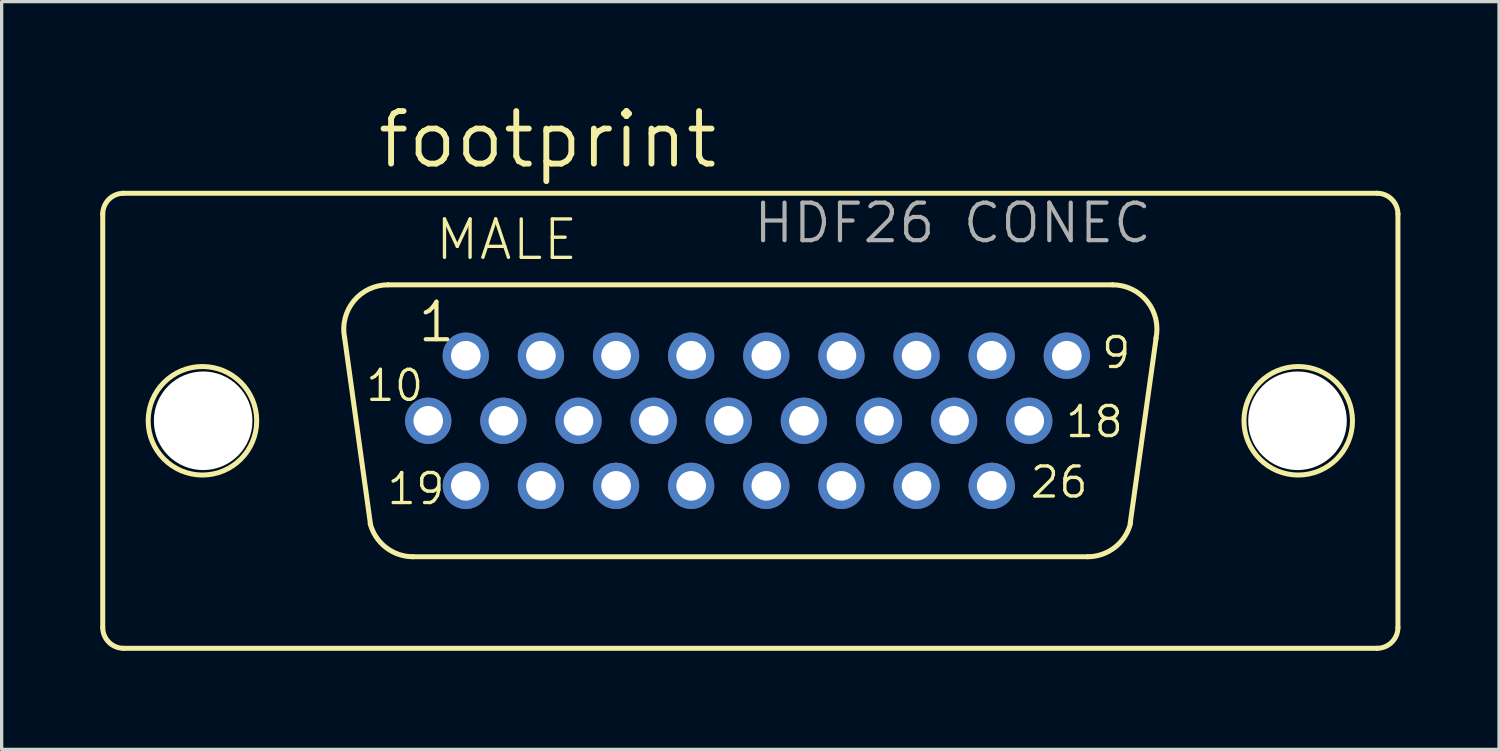
<source format=kicad_pcb>
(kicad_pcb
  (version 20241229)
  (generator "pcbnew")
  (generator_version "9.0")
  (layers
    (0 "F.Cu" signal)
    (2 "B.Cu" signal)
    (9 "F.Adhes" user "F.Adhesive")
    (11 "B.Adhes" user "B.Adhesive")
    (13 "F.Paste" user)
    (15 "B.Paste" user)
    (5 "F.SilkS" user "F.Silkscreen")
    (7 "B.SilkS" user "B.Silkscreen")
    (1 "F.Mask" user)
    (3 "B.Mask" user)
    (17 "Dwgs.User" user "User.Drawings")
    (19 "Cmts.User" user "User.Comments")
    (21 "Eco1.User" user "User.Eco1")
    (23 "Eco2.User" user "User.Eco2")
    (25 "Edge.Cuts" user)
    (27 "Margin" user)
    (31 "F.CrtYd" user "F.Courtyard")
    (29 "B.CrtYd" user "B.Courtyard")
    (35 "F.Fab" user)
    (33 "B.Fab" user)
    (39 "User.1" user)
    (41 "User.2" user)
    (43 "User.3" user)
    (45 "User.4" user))
  (footprint "footprint"
    (layer "F.Cu")
    (at 19.782 9.754)
    (property "Reference" "footprint" (at -11.43 -7.62 0) (layer "F.SilkS") (effects (font (size 1.6 1.6) (thickness 0.178)) (justify left bottom)))
    (fp_line (start -19.706 -6.288) (end -19.706 6.288) (stroke (width 0.152) (type solid)) (layer "F.SilkS"))
    (fp_line (start -19.063 6.923) (end 19.071 6.923) (stroke (width 0.152) (type solid)) (layer "F.SilkS"))
    (fp_line (start -11.559 3.146) (end -12.347 -2.537) (stroke (width 0.152) (type solid)) (layer "F.SilkS"))
    (fp_line (start -11.026 -4.137) (end 11.026 -4.137) (stroke (width 0.152) (type solid)) (layer "F.SilkS"))
    (fp_line (start -10.264 4.137) (end 10.264 4.137) (stroke (width 0.152) (type solid)) (layer "F.SilkS"))
    (fp_line (start 12.347 -2.511) (end 11.559 3.121) (stroke (width 0.152) (type solid)) (layer "F.SilkS"))
    (fp_line (start 19.063 -6.923) (end -19.071 -6.923) (stroke (width 0.152) (type solid)) (layer "F.SilkS"))
    (fp_line (start 19.706 -6.288) (end 19.706 6.288) (stroke (width 0.152) (type solid)) (layer "F.SilkS"))
    (fp_arc (start -19.706 -6.288) (mid -19.520013 -6.737013) (end -19.071 -6.923) (stroke (width 0.1524) (type solid)) (layer "F.SilkS"))
    (fp_arc (start -19.071 6.923) (mid -19.520013 6.737013) (end -19.706 6.288) (stroke (width 0.1524) (type solid)) (layer "F.SilkS"))
    (fp_arc (start -12.3461 -2.5268) (mid -12.067082 -3.644284) (end -11.026 -4.137) (stroke (width 0.1524) (type solid)) (layer "F.SilkS"))
    (fp_arc (start -10.264 4.137) (mid -11.0875 3.855745) (end -11.5669 3.1295) (stroke (width 0.1524) (type solid)) (layer "F.SilkS"))
    (fp_arc (start 11.026 -4.137) (mid 12.074557 -3.635183) (end 12.341499 -2.503798) (stroke (width 0.1524) (type solid)) (layer "F.SilkS"))
    (fp_arc (start 11.5669 3.1295) (mid 11.0875 3.855746) (end 10.264 4.137) (stroke (width 0.1524) (type solid)) (layer "F.SilkS"))
    (fp_arc (start 19.071 -6.923) (mid 19.520013 -6.737013) (end 19.706 -6.288) (stroke (width 0.1524) (type solid)) (layer "F.SilkS"))
    (fp_arc (start 19.706 6.288) (mid 19.520013 6.737013) (end 19.071 6.923) (stroke (width 0.1524) (type solid)) (layer "F.SilkS"))
    (fp_circle (center -16.672 0) (end -15.021 0) (stroke (width 0.152) (type solid)) (fill no) (layer "F.SilkS"))
    (fp_circle (center 16.672 0) (end 18.323 0) (stroke (width 0.152) (type solid)) (fill no) (layer "F.SilkS"))
    (fp_text user "10" (at -11.76 -0.535 0) (layer "F.SilkS") (effects (font (size 0.914 0.914) (thickness 0.102)) (justify left bottom)))
    (fp_text user "MALE" (at -9.652 -4.826 0) (layer "F.SilkS") (effects (font (size 1.168 1.168) (thickness 0.102)) (justify left bottom)))
    (fp_text user "19" (at -11.111 2.605 0) (layer "F.SilkS") (effects (font (size 0.914 0.914) (thickness 0.102)) (justify left bottom)))
    (fp_text user "26" (at 8.458 2.405 0) (layer "F.SilkS") (effects (font (size 0.914 0.914) (thickness 0.102)) (justify left bottom)))
    (fp_text user "1" (at -10.179 -2.335 0) (layer "F.SilkS") (effects (font (size 1.143 1.143) (thickness 0.127)) (justify left bottom)))
    (fp_text user "9" (at 10.63 -1.535 0) (layer "F.SilkS") (effects (font (size 0.914 0.914) (thickness 0.102)) (justify left bottom)))
    (fp_text user "18" (at 9.533 0.565 0) (layer "F.SilkS") (effects (font (size 0.914 0.914) (thickness 0.102)) (justify left bottom)))
    (fp_text user "HDF26 CONEC" (at 0.032 -5.349 0) (layer "F.Fab") (effects (font (size 1.143 1.143) (thickness 0.127)) (justify left bottom)))
    (pad "" np_thru_hole circle (at -16.65 0) (size 3 3) (drill 3) (layers "*.Cu" "*.Mask"))
    (pad "" np_thru_hole circle (at 16.65 0) (size 3 3) (drill 3) (layers "*.Cu" "*.Mask"))
    (pad "1" thru_hole circle (at -8.658 -1.98) (size 1.408 1.408) (drill 0.9) (layers "*.Cu" "*.Mask"))
    (pad "2" thru_hole circle (at -6.372 -1.98) (size 1.408 1.408) (drill 0.9) (layers "*.Cu" "*.Mask"))
    (pad "3" thru_hole circle (at -4.086 -1.98) (size 1.408 1.408) (drill 0.9) (layers "*.Cu" "*.Mask"))
    (pad "4" thru_hole circle (at -1.8 -1.98) (size 1.408 1.408) (drill 0.9) (layers "*.Cu" "*.Mask"))
    (pad "5" thru_hole circle (at 0.486 -1.98) (size 1.408 1.408) (drill 0.9) (layers "*.Cu" "*.Mask"))
    (pad "6" thru_hole circle (at 2.772 -1.98) (size 1.408 1.408) (drill 0.9) (layers "*.Cu" "*.Mask"))
    (pad "7" thru_hole circle (at 5.058 -1.98) (size 1.408 1.408) (drill 0.9) (layers "*.Cu" "*.Mask"))
    (pad "8" thru_hole circle (at 7.344 -1.98) (size 1.408 1.408) (drill 0.9) (layers "*.Cu" "*.Mask"))
    (pad "9" thru_hole circle (at 9.63 -1.98) (size 1.408 1.408) (drill 0.9) (layers "*.Cu" "*.Mask"))
    (pad "10" thru_hole circle (at -9.801 0) (size 1.408 1.408) (drill 0.9) (layers "*.Cu" "*.Mask"))
    (pad "11" thru_hole circle (at -7.515 0) (size 1.408 1.408) (drill 0.9) (layers "*.Cu" "*.Mask"))
    (pad "12" thru_hole circle (at -5.229 0) (size 1.408 1.408) (drill 0.9) (layers "*.Cu" "*.Mask"))
    (pad "13" thru_hole circle (at -2.943 0) (size 1.408 1.408) (drill 0.9) (layers "*.Cu" "*.Mask"))
    (pad "14" thru_hole circle (at -0.657 0) (size 1.408 1.408) (drill 0.9) (layers "*.Cu" "*.Mask"))
    (pad "15" thru_hole circle (at 1.629 0) (size 1.408 1.408) (drill 0.9) (layers "*.Cu" "*.Mask"))
    (pad "16" thru_hole circle (at 3.915 0) (size 1.408 1.408) (drill 0.9) (layers "*.Cu" "*.Mask"))
    (pad "17" thru_hole circle (at 6.201 0) (size 1.408 1.408) (drill 0.9) (layers "*.Cu" "*.Mask"))
    (pad "18" thru_hole circle (at 8.487 0) (size 1.408 1.408) (drill 0.9) (layers "*.Cu" "*.Mask"))
    (pad "19" thru_hole circle (at -8.658 1.98) (size 1.408 1.408) (drill 0.9) (layers "*.Cu" "*.Mask"))
    (pad "20" thru_hole circle (at -6.372 1.98) (size 1.408 1.408) (drill 0.9) (layers "*.Cu" "*.Mask"))
    (pad "21" thru_hole circle (at -4.086 1.98) (size 1.408 1.408) (drill 0.9) (layers "*.Cu" "*.Mask"))
    (pad "22" thru_hole circle (at -1.8 1.98) (size 1.408 1.408) (drill 0.9) (layers "*.Cu" "*.Mask"))
    (pad "23" thru_hole circle (at 0.486 1.98) (size 1.408 1.408) (drill 0.9) (layers "*.Cu" "*.Mask"))
    (pad "24" thru_hole circle (at 2.772 1.98) (size 1.408 1.408) (drill 0.9) (layers "*.Cu" "*.Mask"))
    (pad "25" thru_hole circle (at 5.058 1.98) (size 1.408 1.408) (drill 0.9) (layers "*.Cu" "*.Mask"))
    (pad "26" thru_hole circle (at 7.344 1.98) (size 1.408 1.408) (drill 0.9) (layers "*.Cu" "*.Mask"))
    (zone (net_name "") (layers "F.Cu" "B.Cu") (hatch edge 0.508) (connect_pads) (min_thickness 0.254) (filled_areas_thickness no) (keepout (tracks allowed) (vias not_allowed) (pads allowed) (copperpour allowed) (footprints allowed)) (placement (enabled no)) (fill) (polygon (pts (xy 5.777 9.754) (xy 5.736 9.29) (xy 5.616 8.841) (xy 5.42 8.42) (xy 5.153 8.039) (xy 4.824 7.711) (xy 4.444 7.444) (xy 4.022 7.247) (xy 3.573 7.127) (xy 3.11 7.087) (xy 2.647 7.127) (xy 2.198 7.247) (xy 1.776 7.444) (xy 1.396 7.711) (xy 1.067 8.039) (xy 0.8 8.42) (xy 0.604 8.841) (xy 0.484 9.29) (xy 0.443 9.754) (xy 0.484 10.217) (xy 0.604 10.666) (xy 0.8 11.087) (xy 1.067 11.468) (xy 1.396 11.797) (xy 1.776 12.063) (xy 2.198 12.26) (xy 2.647 12.38) (xy 3.11 12.421) (xy 3.573 12.38) (xy 4.022 12.26) (xy 4.444 12.063) (xy 4.824 11.797) (xy 5.153 11.468) (xy 5.42 11.087) (xy 5.616 10.666) (xy 5.736 10.217))))
    (zone (net_name "") (layers "F.Cu" "B.Cu") (hatch edge 0.508) (connect_pads) (min_thickness 0.254) (filled_areas_thickness no) (keepout (tracks allowed) (vias not_allowed) (pads allowed) (copperpour allowed) (footprints allowed)) (placement (enabled no)) (fill) (polygon (pts (xy 39.121 9.754) (xy 39.081 9.29) (xy 38.961 8.841) (xy 38.764 8.42) (xy 38.497 8.039) (xy 38.169 7.711) (xy 37.788 7.444) (xy 37.367 7.247) (xy 36.918 7.127) (xy 36.454 7.087) (xy 35.991 7.127) (xy 35.542 7.247) (xy 35.121 7.444) (xy 34.74 7.711) (xy 34.411 8.039) (xy 34.145 8.42) (xy 33.948 8.841) (xy 33.828 9.29) (xy 33.787 9.754) (xy 33.828 10.217) (xy 33.948 10.666) (xy 34.145 11.087) (xy 34.411 11.468) (xy 34.74 11.797) (xy 35.121 12.063) (xy 35.542 12.26) (xy 35.991 12.38) (xy 36.454 12.421) (xy 36.918 12.38) (xy 37.367 12.26) (xy 37.788 12.063) (xy 38.169 11.797) (xy 38.497 11.468) (xy 38.764 11.087) (xy 38.961 10.666) (xy 39.081 10.217))))
    (zone (net_name "") (layer "B.Cu") (hatch edge 0.508) (connect_pads) (min_thickness 0.254) (filled_areas_thickness no) (keepout (tracks not_allowed) (vias not_allowed) (pads not_allowed) (copperpour not_allowed) (footprints allowed)) (placement (enabled no)) (fill) (polygon (pts (xy 5.777 9.754) (xy 5.736 9.29) (xy 5.616 8.841) (xy 5.42 8.42) (xy 5.153 8.039) (xy 4.824 7.711) (xy 4.444 7.444) (xy 4.022 7.247) (xy 3.573 7.127) (xy 3.11 7.087) (xy 2.647 7.127) (xy 2.198 7.247) (xy 1.776 7.444) (xy 1.396 7.711) (xy 1.067 8.039) (xy 0.8 8.42) (xy 0.604 8.841) (xy 0.484 9.29) (xy 0.443 9.754) (xy 0.484 10.217) (xy 0.604 10.666) (xy 0.8 11.087) (xy 1.067 11.468) (xy 1.396 11.797) (xy 1.776 12.063) (xy 2.198 12.26) (xy 2.647 12.38) (xy 3.11 12.421) (xy 3.573 12.38) (xy 4.022 12.26) (xy 4.444 12.063) (xy 4.824 11.797) (xy 5.153 11.468) (xy 5.42 11.087) (xy 5.616 10.666) (xy 5.736 10.217))))
    (zone (net_name "") (layer "B.Cu") (hatch edge 0.508) (connect_pads) (min_thickness 0.254) (filled_areas_thickness no) (keepout (tracks not_allowed) (vias not_allowed) (pads not_allowed) (copperpour not_allowed) (footprints allowed)) (placement (enabled no)) (fill) (polygon (pts (xy 39.121 9.754) (xy 39.081 9.29) (xy 38.961 8.841) (xy 38.764 8.42) (xy 38.497 8.039) (xy 38.169 7.711) (xy 37.788 7.444) (xy 37.367 7.247) (xy 36.918 7.127) (xy 36.454 7.087) (xy 35.991 7.127) (xy 35.542 7.247) (xy 35.121 7.444) (xy 34.74 7.711) (xy 34.411 8.039) (xy 34.145 8.42) (xy 33.948 8.841) (xy 33.828 9.29) (xy 33.787 9.754) (xy 33.828 10.217) (xy 33.948 10.666) (xy 34.145 11.087) (xy 34.411 11.468) (xy 34.74 11.797) (xy 35.121 12.063) (xy 35.542 12.26) (xy 35.991 12.38) (xy 36.454 12.421) (xy 36.918 12.38) (xy 37.367 12.26) (xy 37.788 12.063) (xy 38.169 11.797) (xy 38.497 11.468) (xy 38.764 11.087) (xy 38.961 10.666) (xy 39.081 10.217)))))
  (gr_rect
    (start -3 -3)
    (end 42.564 19.753)
    (stroke (width 0.1) (type default))
    (fill no)
    (layer "Edge.Cuts")))
</source>
